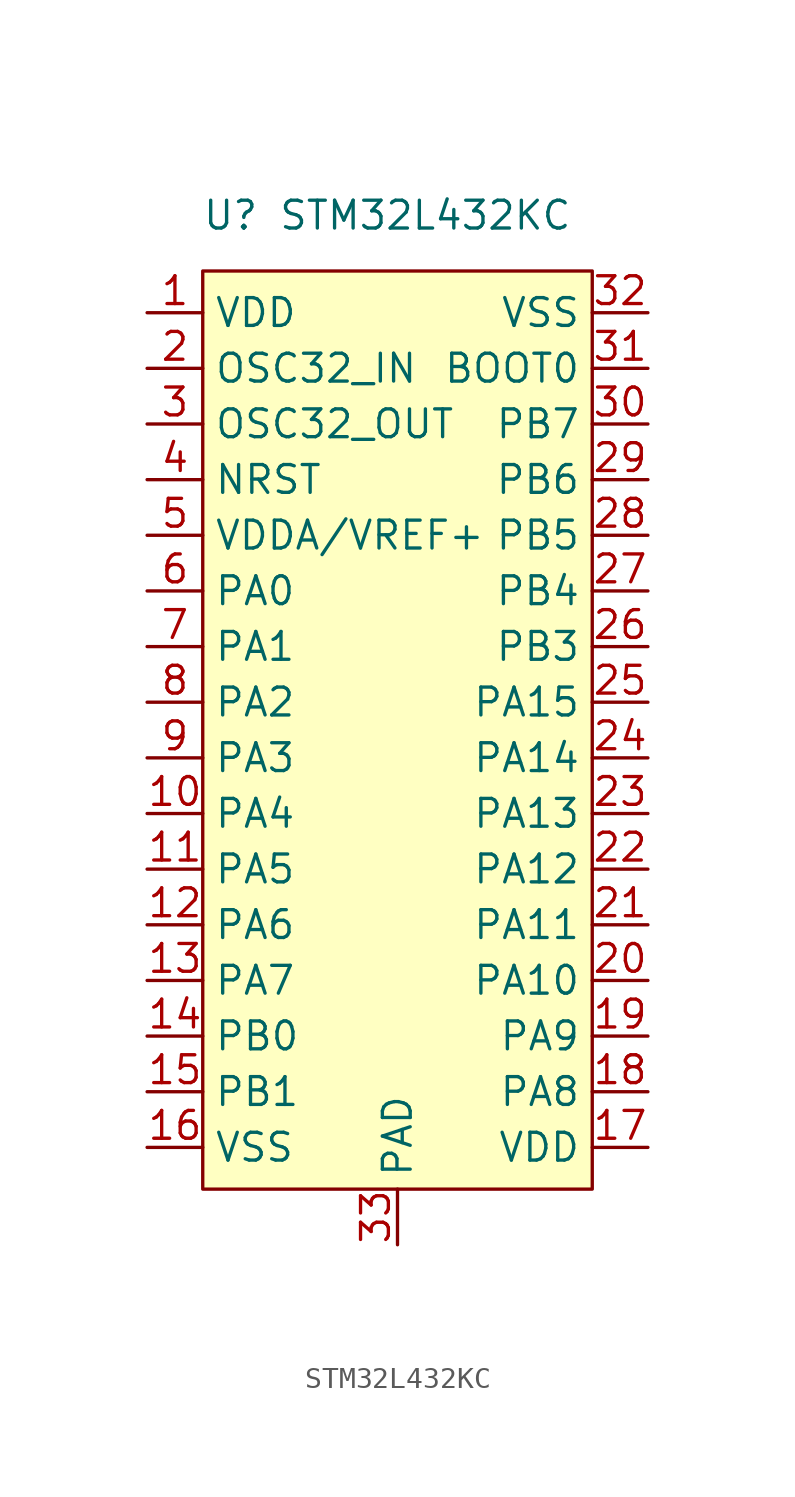
<source format=kicad_sym>
(kicad_symbol_lib
  (version 20220914)
  (generator kicad_symbol_editor)
  (symbol "STM32L432KC"
    (property "Reference" "U"
      (at -8.89 2.54 0)
      (effects (font (size 1.27 1.27))))
    (property "Value" "STM32L432KC"
      (at 0 2.54 0)
      (effects (font (size 1.27 1.27))))
    (symbol "STM32L432KC_0_0"
      (pin input line (at -12.7 -1.905 0) (length 2.54) (name "VDD" (effects (font (size 1.27 1.27)))) (number "1" (effects (font (size 1.27 1.27)))))
      (pin input line (at -12.7 -24.765 0) (length 2.54) (name "PA4" (effects (font (size 1.27 1.27)))) (number "10" (effects (font (size 1.27 1.27)))))
      (pin input line (at -12.7 -27.305 0) (length 2.54) (name "PA5" (effects (font (size 1.27 1.27)))) (number "11" (effects (font (size 1.27 1.27)))))
      (pin input line (at -12.7 -29.845 0) (length 2.54) (name "PA6" (effects (font (size 1.27 1.27)))) (number "12" (effects (font (size 1.27 1.27)))))
      (pin input line (at -12.7 -32.385 0) (length 2.54) (name "PA7" (effects (font (size 1.27 1.27)))) (number "13" (effects (font (size 1.27 1.27)))))
      (pin input line (at -12.7 -34.925 0) (length 2.54) (name "PB0" (effects (font (size 1.27 1.27)))) (number "14" (effects (font (size 1.27 1.27)))))
      (pin input line (at -12.7 -37.465 0) (length 2.54) (name "PB1" (effects (font (size 1.27 1.27)))) (number "15" (effects (font (size 1.27 1.27)))))
      (pin input line (at -12.7 -40.005 0) (length 2.54) (name "VSS" (effects (font (size 1.27 1.27)))) (number "16" (effects (font (size 1.27 1.27)))))
      (pin input line (at 10.16 -40.005 180) (length 2.54) (name "VDD" (effects (font (size 1.27 1.27)))) (number "17" (effects (font (size 1.27 1.27)))))
      (pin input line (at 10.16 -37.465 180) (length 2.54) (name "PA8" (effects (font (size 1.27 1.27)))) (number "18" (effects (font (size 1.27 1.27)))))
      (pin input line (at 10.16 -34.925 180) (length 2.54) (name "PA9" (effects (font (size 1.27 1.27)))) (number "19" (effects (font (size 1.27 1.27)))))
      (pin input line (at -12.7 -4.445 0) (length 2.54) (name "OSC32_IN" (effects (font (size 1.27 1.27)))) (number "2" (effects (font (size 1.27 1.27)))))
      (pin input line (at 10.16 -32.385 180) (length 2.54) (name "PA10" (effects (font (size 1.27 1.27)))) (number "20" (effects (font (size 1.27 1.27)))))
      (pin input line (at 10.16 -29.845 180) (length 2.54) (name "PA11" (effects (font (size 1.27 1.27)))) (number "21" (effects (font (size 1.27 1.27)))))
      (pin input line (at 10.16 -27.305 180) (length 2.54) (name "PA12" (effects (font (size 1.27 1.27)))) (number "22" (effects (font (size 1.27 1.27)))))
      (pin input line (at 10.16 -24.765 180) (length 2.54) (name "PA13" (effects (font (size 1.27 1.27)))) (number "23" (effects (font (size 1.27 1.27)))))
      (pin input line (at 10.16 -22.225 180) (length 2.54) (name "PA14" (effects (font (size 1.27 1.27)))) (number "24" (effects (font (size 1.27 1.27)))))
      (pin input line (at 10.16 -19.685 180) (length 2.54) (name "PA15" (effects (font (size 1.27 1.27)))) (number "25" (effects (font (size 1.27 1.27)))))
      (pin input line (at 10.16 -17.145 180) (length 2.54) (name "PB3" (effects (font (size 1.27 1.27)))) (number "26" (effects (font (size 1.27 1.27)))))
      (pin input line (at 10.16 -14.605 180) (length 2.54) (name "PB4" (effects (font (size 1.27 1.27)))) (number "27" (effects (font (size 1.27 1.27)))))
      (pin input line (at 10.16 -12.065 180) (length 2.54) (name "PB5" (effects (font (size 1.27 1.27)))) (number "28" (effects (font (size 1.27 1.27)))))
      (pin input line (at 10.16 -9.525 180) (length 2.54) (name "PB6" (effects (font (size 1.27 1.27)))) (number "29" (effects (font (size 1.27 1.27)))))
      (pin input line (at -12.7 -6.985 0) (length 2.54) (name "OSC32_OUT" (effects (font (size 1.27 1.27)))) (number "3" (effects (font (size 1.27 1.27)))))
      (pin input line (at 10.16 -6.985 180) (length 2.54) (name "PB7" (effects (font (size 1.27 1.27)))) (number "30" (effects (font (size 1.27 1.27)))))
      (pin input line (at 10.16 -4.445 180) (length 2.54) (name "BOOT0" (effects (font (size 1.27 1.27)))) (number "31" (effects (font (size 1.27 1.27)))))
      (pin input line (at 10.16 -1.905 180) (length 2.54) (name "VSS" (effects (font (size 1.27 1.27)))) (number "32" (effects (font (size 1.27 1.27)))))
      (pin input line (at -1.27 -44.45 90) (length 2.54) (name "PAD" (effects (font (size 1.27 1.27)))) (number "33" (effects (font (size 1.27 1.27)))))
      (pin input line (at -12.7 -9.525 0) (length 2.54) (name "NRST" (effects (font (size 1.27 1.27)))) (number "4" (effects (font (size 1.27 1.27)))))
      (pin input line (at -12.7 -12.065 0) (length 2.54) (name "VDDA/VREF+" (effects (font (size 1.27 1.27)))) (number "5" (effects (font (size 1.27 1.27)))))
      (pin input line (at -12.7 -14.605 0) (length 2.54) (name "PA0" (effects (font (size 1.27 1.27)))) (number "6" (effects (font (size 1.27 1.27)))))
      (pin input line (at -12.7 -17.145 0) (length 2.54) (name "PA1" (effects (font (size 1.27 1.27)))) (number "7" (effects (font (size 1.27 1.27)))))
      (pin input line (at -12.7 -19.685 0) (length 2.54) (name "PA2" (effects (font (size 1.27 1.27)))) (number "8" (effects (font (size 1.27 1.27)))))
      (pin input line (at -12.7 -22.225 0) (length 2.54) (name "PA3" (effects (font (size 1.27 1.27)))) (number "9" (effects (font (size 1.27 1.27))))))
    (symbol "STM32L432KC_0_1"
      (rectangle (start -10.16 0) (end 7.62 -41.91) (stroke (width 0) (type default)) (fill (type background))))))
</source>
